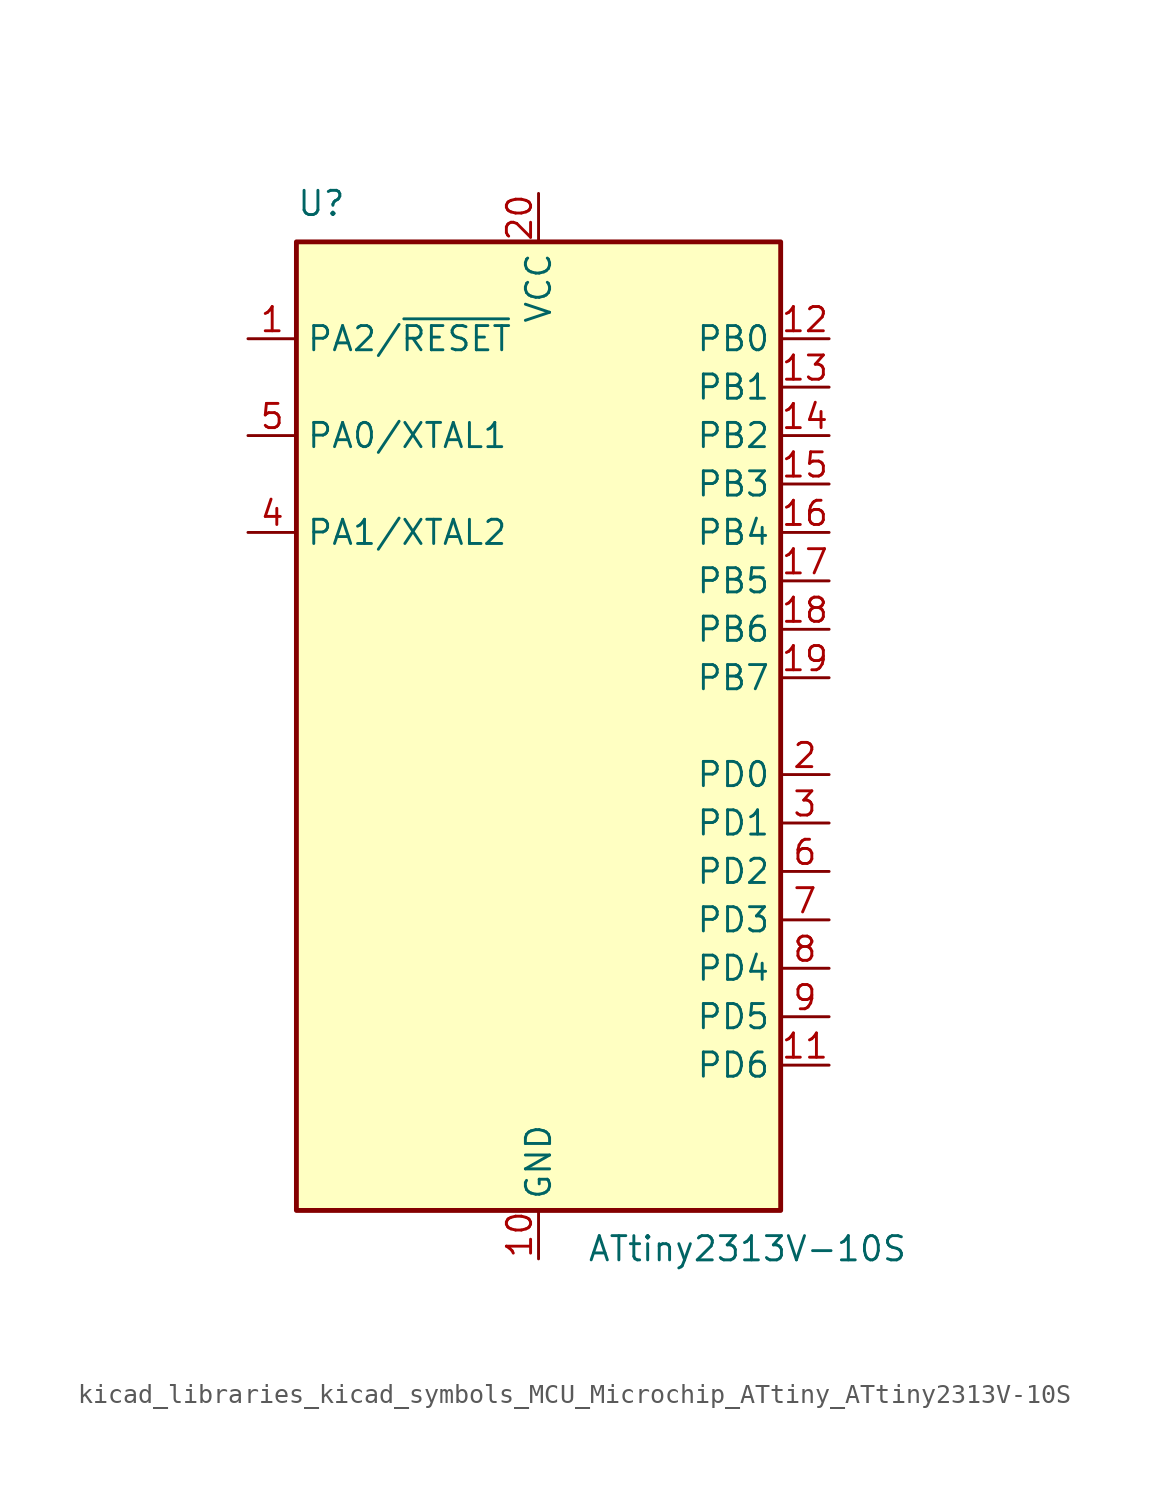
<source format=kicad_sym>
(kicad_symbol_lib
  (version 20220914)
  (generator kicad_symbol_editor)
  (symbol "kicad_libraries_kicad_symbols_MCU_Microchip_ATtiny_ATtiny2313V-10S"
    (property "Reference" "U"
      (at -12.7 26.67 0)
      (effects (font (size 1.27 1.27)) (justify left bottom)))
    (property "Value" "ATtiny2313V-10S"
      (at 2.54 -26.67 0)
      (effects (font (size 1.27 1.27)) (justify left top)))
    (symbol "kicad_libraries_kicad_symbols_MCU_Microchip_ATtiny_ATtiny2313V-10S_0_1"
      (rectangle (start -12.7 -25.4) (end 12.7 25.4) (stroke (width 0.254) (type default)) (fill (type background))))
    (symbol "kicad_libraries_kicad_symbols_MCU_Microchip_ATtiny_ATtiny2313V-10S_1_1"
      (pin bidirectional line (at -15.24 20.32 0) (length 2.54) (name "PA2/~{RESET}" (effects (font (size 1.27 1.27)))) (number "1" (effects (font (size 1.27 1.27)))))
      (pin power_in line (at 0 -27.94 90) (length 2.54) (name "GND" (effects (font (size 1.27 1.27)))) (number "10" (effects (font (size 1.27 1.27)))))
      (pin bidirectional line (at 15.24 -17.78 180) (length 2.54) (name "PD6" (effects (font (size 1.27 1.27)))) (number "11" (effects (font (size 1.27 1.27)))))
      (pin bidirectional line (at 15.24 20.32 180) (length 2.54) (name "PB0" (effects (font (size 1.27 1.27)))) (number "12" (effects (font (size 1.27 1.27)))))
      (pin bidirectional line (at 15.24 17.78 180) (length 2.54) (name "PB1" (effects (font (size 1.27 1.27)))) (number "13" (effects (font (size 1.27 1.27)))))
      (pin bidirectional line (at 15.24 15.24 180) (length 2.54) (name "PB2" (effects (font (size 1.27 1.27)))) (number "14" (effects (font (size 1.27 1.27)))))
      (pin bidirectional line (at 15.24 12.7 180) (length 2.54) (name "PB3" (effects (font (size 1.27 1.27)))) (number "15" (effects (font (size 1.27 1.27)))))
      (pin bidirectional line (at 15.24 10.16 180) (length 2.54) (name "PB4" (effects (font (size 1.27 1.27)))) (number "16" (effects (font (size 1.27 1.27)))))
      (pin bidirectional line (at 15.24 7.62 180) (length 2.54) (name "PB5" (effects (font (size 1.27 1.27)))) (number "17" (effects (font (size 1.27 1.27)))))
      (pin bidirectional line (at 15.24 5.08 180) (length 2.54) (name "PB6" (effects (font (size 1.27 1.27)))) (number "18" (effects (font (size 1.27 1.27)))))
      (pin bidirectional line (at 15.24 2.54 180) (length 2.54) (name "PB7" (effects (font (size 1.27 1.27)))) (number "19" (effects (font (size 1.27 1.27)))))
      (pin bidirectional line (at 15.24 -2.54 180) (length 2.54) (name "PD0" (effects (font (size 1.27 1.27)))) (number "2" (effects (font (size 1.27 1.27)))))
      (pin power_in line (at 0 27.94 270) (length 2.54) (name "VCC" (effects (font (size 1.27 1.27)))) (number "20" (effects (font (size 1.27 1.27)))))
      (pin bidirectional line (at 15.24 -5.08 180) (length 2.54) (name "PD1" (effects (font (size 1.27 1.27)))) (number "3" (effects (font (size 1.27 1.27)))))
      (pin bidirectional line (at -15.24 10.16 0) (length 2.54) (name "PA1/XTAL2" (effects (font (size 1.27 1.27)))) (number "4" (effects (font (size 1.27 1.27)))))
      (pin bidirectional line (at -15.24 15.24 0) (length 2.54) (name "PA0/XTAL1" (effects (font (size 1.27 1.27)))) (number "5" (effects (font (size 1.27 1.27)))))
      (pin bidirectional line (at 15.24 -7.62 180) (length 2.54) (name "PD2" (effects (font (size 1.27 1.27)))) (number "6" (effects (font (size 1.27 1.27)))))
      (pin bidirectional line (at 15.24 -10.16 180) (length 2.54) (name "PD3" (effects (font (size 1.27 1.27)))) (number "7" (effects (font (size 1.27 1.27)))))
      (pin bidirectional line (at 15.24 -12.7 180) (length 2.54) (name "PD4" (effects (font (size 1.27 1.27)))) (number "8" (effects (font (size 1.27 1.27)))))
      (pin bidirectional line (at 15.24 -15.24 180) (length 2.54) (name "PD5" (effects (font (size 1.27 1.27)))) (number "9" (effects (font (size 1.27 1.27))))))))
</source>
